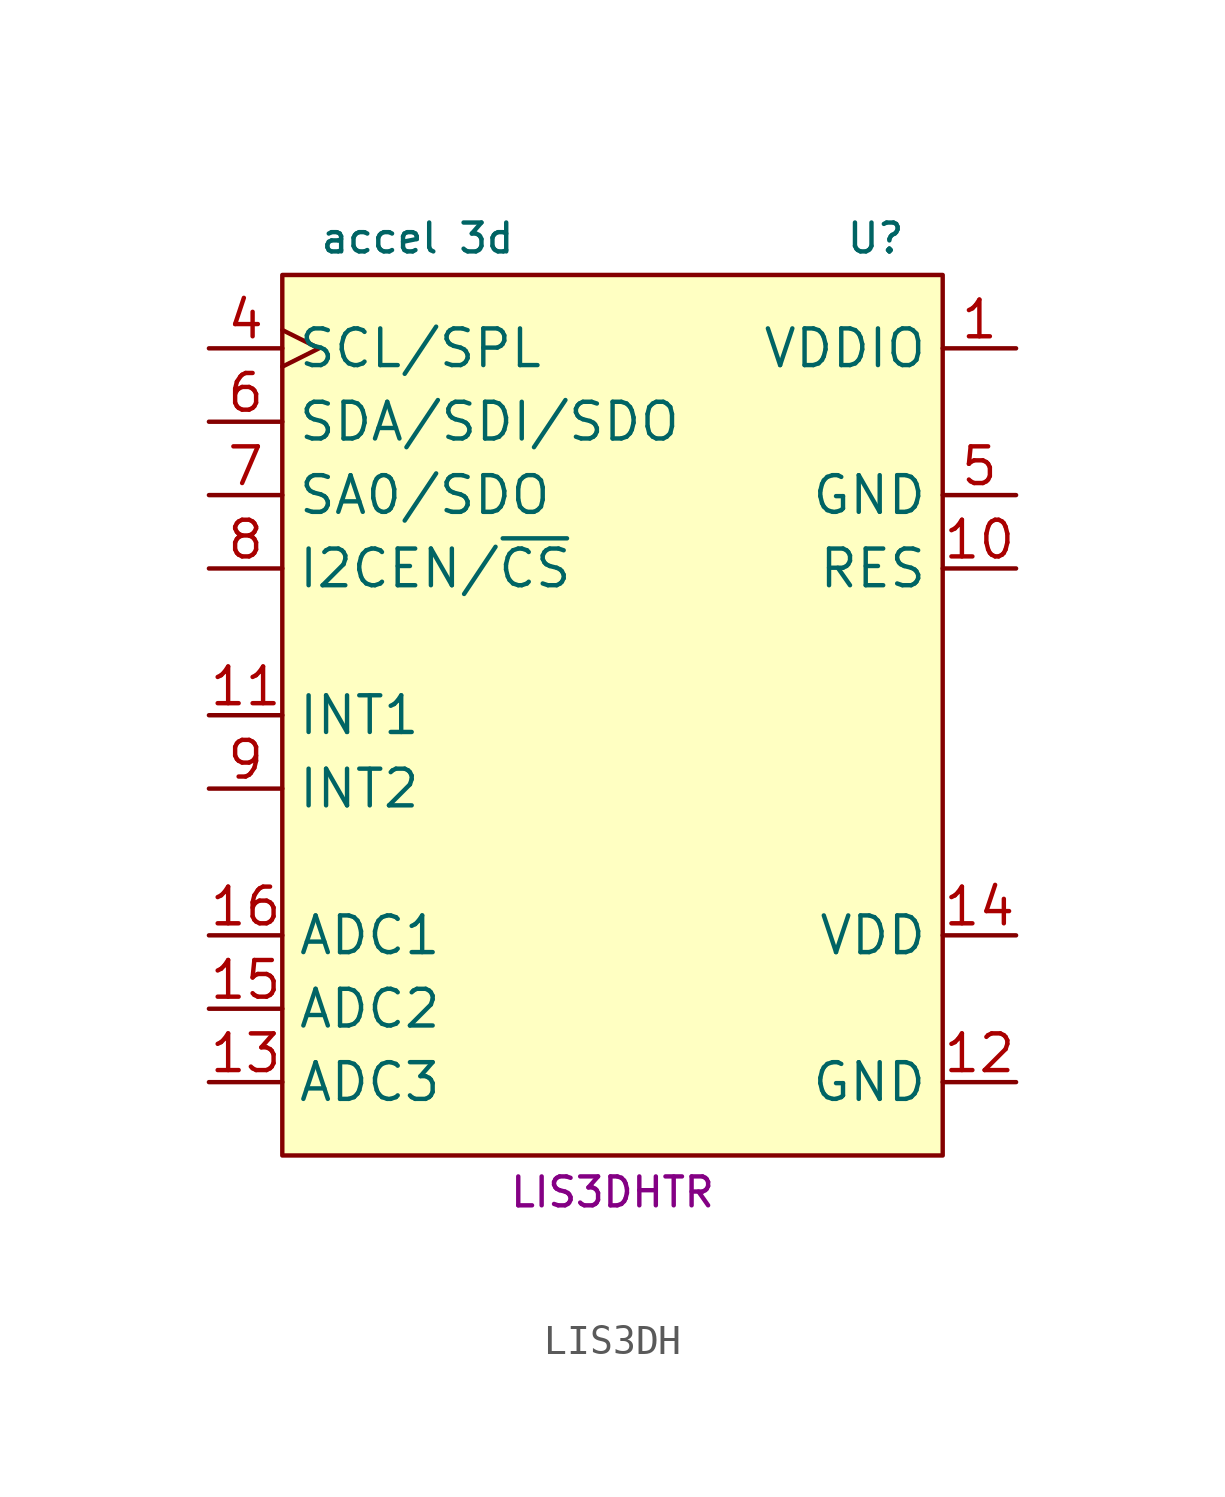
<source format=kicad_sym>
(kicad_symbol_lib
  (version 20231120)
  (generator "kicad_symbol_editor")
  (generator_version "8.0")
  (symbol "LIS3DH"
    (property "Reference" "U"
      (at 10.16 16.51 0)
      (effects (font (size 1 1)) (justify right)))
    (property "Value" "accel 3d"
      (at -10.16 16.51 0)
      (effects (font (size 1 1)) (justify left)))
    (property "MPN" "LIS3DHTR"
      (at 0 -16.51 0)
      (effects (font (size 1 1))))
    (symbol "LIS3DH_1_1"
      (rectangle (start -11.43 15.24) (end 11.43 -15.24) (stroke (width 0) (type default)) (fill (type background)))
      (pin power_in line (at 13.97 12.7 180) (length 2.54) (name "VDDIO" (effects (font (size 1.27 1.27)))) (number "1" (effects (font (size 1.27 1.27)))))
      (pin passive line (at 13.97 5.08 180) (length 2.54) (name "RES" (effects (font (size 1.27 1.27)))) (number "10" (effects (font (size 1.27 1.27)))))
      (pin output line (at -13.97 0 0) (length 2.54) (name "INT1" (effects (font (size 1.27 1.27)))) (number "11" (effects (font (size 1.27 1.27)))))
      (pin power_in line (at 13.97 -12.7 180) (length 2.54) (name "GND" (effects (font (size 1.27 1.27)))) (number "12" (effects (font (size 1.27 1.27)))))
      (pin input line (at -13.97 -12.7 0) (length 2.54) (name "ADC3" (effects (font (size 1.27 1.27)))) (number "13" (effects (font (size 1.27 1.27)))))
      (pin power_in line (at 13.97 -7.62 180) (length 2.54) (name "VDD" (effects (font (size 1.27 1.27)))) (number "14" (effects (font (size 1.27 1.27)))))
      (pin input line (at -13.97 -10.16 0) (length 2.54) (name "ADC2" (effects (font (size 1.27 1.27)))) (number "15" (effects (font (size 1.27 1.27)))))
      (pin input line (at -13.97 -7.62 0) (length 2.54) (name "ADC1" (effects (font (size 1.27 1.27)))) (number "16" (effects (font (size 1.27 1.27)))))
      (pin input clock (at -13.97 12.7 0) (length 2.54) (name "SCL/SPL" (effects (font (size 1.27 1.27)))) (number "4" (effects (font (size 1.27 1.27)))))
      (pin power_in line (at 13.97 7.62 180) (length 2.54) (name "GND" (effects (font (size 1.27 1.27)))) (number "5" (effects (font (size 1.27 1.27)))))
      (pin bidirectional line (at -13.97 10.16 0) (length 2.54) (name "SDA/SDI/SDO" (effects (font (size 1.27 1.27)))) (number "6" (effects (font (size 1.27 1.27)))))
      (pin bidirectional line (at -13.97 7.62 0) (length 2.54) (name "SA0/SDO" (effects (font (size 1.27 1.27)))) (number "7" (effects (font (size 1.27 1.27)))))
      (pin input line (at -13.97 5.08 0) (length 2.54) (name "I2CEN/~{CS}" (effects (font (size 1.27 1.27)))) (number "8" (effects (font (size 1.27 1.27)))))
      (pin output line (at -13.97 -2.54 0) (length 2.54) (name "INT2" (effects (font (size 1.27 1.27)))) (number "9" (effects (font (size 1.27 1.27))))))))
</source>
